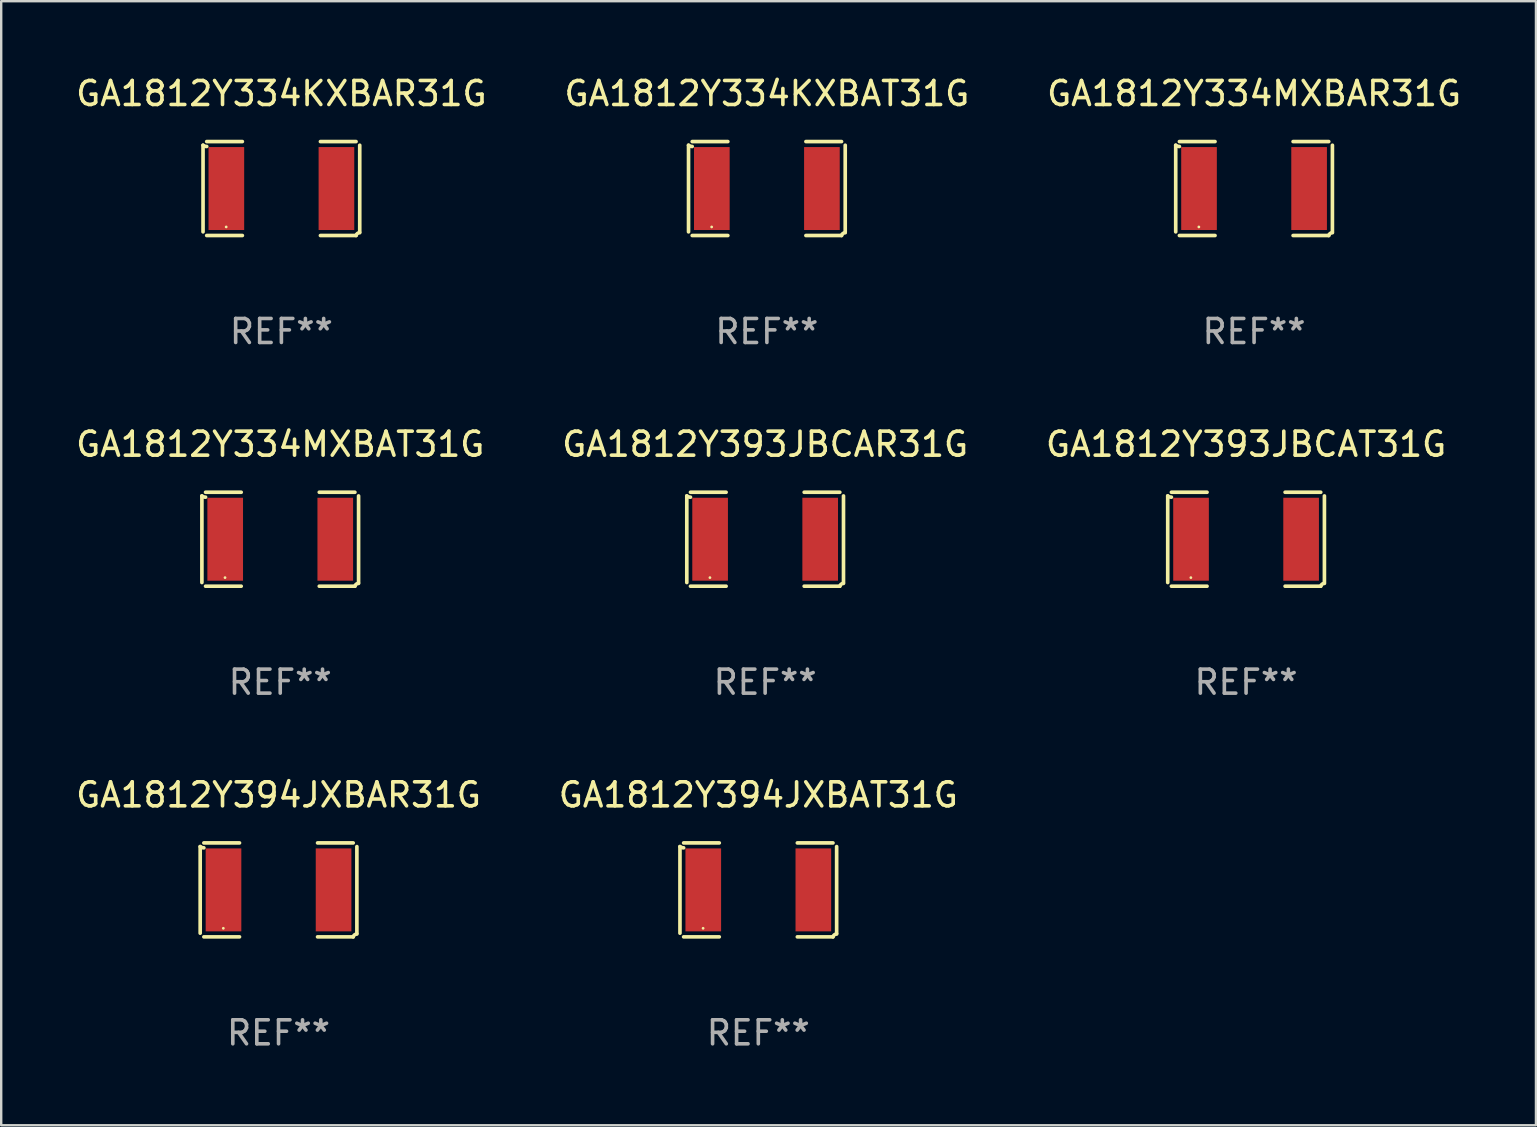
<source format=kicad_pcb>
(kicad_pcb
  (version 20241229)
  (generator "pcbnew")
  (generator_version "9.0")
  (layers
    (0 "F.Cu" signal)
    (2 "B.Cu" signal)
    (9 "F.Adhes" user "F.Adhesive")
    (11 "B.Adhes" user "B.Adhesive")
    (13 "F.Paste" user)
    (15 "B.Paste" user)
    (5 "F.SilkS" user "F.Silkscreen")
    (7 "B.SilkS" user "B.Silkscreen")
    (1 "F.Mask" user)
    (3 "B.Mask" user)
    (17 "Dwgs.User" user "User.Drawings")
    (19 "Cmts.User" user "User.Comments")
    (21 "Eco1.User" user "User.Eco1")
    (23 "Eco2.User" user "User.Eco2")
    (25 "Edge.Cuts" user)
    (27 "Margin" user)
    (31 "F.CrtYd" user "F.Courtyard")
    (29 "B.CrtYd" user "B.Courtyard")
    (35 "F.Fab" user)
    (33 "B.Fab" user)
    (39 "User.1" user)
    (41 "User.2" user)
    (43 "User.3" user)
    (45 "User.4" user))
  (footprint "GA1812Y394JXBAR31G"
    (layer "F.Cu")
    (at 8.554 34.024)
    (property "Reference" "GA1812Y394JXBAR31G" (at 0 -3.957 0) (layer "F.SilkS") (effects (font (size 1 1) (thickness 0.15))))
    (attr through_hole)
    (fp_line (start -3.264 1.804) (end -3.264 -1.804) (stroke (width 0.152) (type solid)) (layer "F.SilkS"))
    (fp_line (start -3.111 -1.957) (end -1.626 -1.957) (stroke (width 0.152) (type solid)) (layer "F.SilkS"))
    (fp_line (start -1.626 1.957) (end -3.111 1.957) (stroke (width 0.152) (type solid)) (layer "F.SilkS"))
    (fp_line (start 1.626 1.957) (end 3.111 1.957) (stroke (width 0.152) (type solid)) (layer "F.SilkS"))
    (fp_line (start 3.111 -1.957) (end 1.626 -1.957) (stroke (width 0.152) (type solid)) (layer "F.SilkS"))
    (fp_line (start 3.264 1.804) (end 3.264 -1.804) (stroke (width 0.152) (type solid)) (layer "F.SilkS"))
    (fp_arc (start -3.111202 -1.752192) (mid -3.191715 -1.76555) (end -3.263602 -1.804191) (stroke (width 0.1524) (type solid)) (layer "F.SilkS"))
    (fp_arc (start 3.111201 1.956591) (mid 3.167789 1.872777) (end 3.263602 1.840424) (stroke (width 0.1524) (type solid)) (layer "F.SilkS"))
    (fp_circle (center -2.3 1.6) (end -2.27 1.6) (stroke (width 0.06) (type solid)) (fill no) (layer "F.SilkS"))
    (fp_text user "REF**" (at 0 5.957 0) (layer "F.Fab") (effects (font (size 1 1) (thickness 0.15))))
    (pad "1" smd rect (at -2.293 0) (size 1.485 3.456) (layers "F.Cu" "F.Mask" "F.Paste"))
    (pad "2" smd rect (at 2.293 0) (size 1.485 3.456) (layers "F.Cu" "F.Mask" "F.Paste")))
  (footprint "GA1812Y334MXBAT31G"
    (layer "F.Cu")
    (at 8.625 19.415)
    (property "Reference" "GA1812Y334MXBAT31G" (at 0 -3.957 0) (layer "F.SilkS") (effects (font (size 1 1) (thickness 0.15))))
    (attr through_hole)
    (fp_line (start -3.264 1.804) (end -3.264 -1.804) (stroke (width 0.152) (type solid)) (layer "F.SilkS"))
    (fp_line (start -3.111 -1.957) (end -1.626 -1.957) (stroke (width 0.152) (type solid)) (layer "F.SilkS"))
    (fp_line (start -1.626 1.957) (end -3.111 1.957) (stroke (width 0.152) (type solid)) (layer "F.SilkS"))
    (fp_line (start 1.626 1.957) (end 3.111 1.957) (stroke (width 0.152) (type solid)) (layer "F.SilkS"))
    (fp_line (start 3.111 -1.957) (end 1.626 -1.957) (stroke (width 0.152) (type solid)) (layer "F.SilkS"))
    (fp_line (start 3.264 1.804) (end 3.264 -1.804) (stroke (width 0.152) (type solid)) (layer "F.SilkS"))
    (fp_arc (start -3.111202 -1.752192) (mid -3.191715 -1.76555) (end -3.263602 -1.804191) (stroke (width 0.1524) (type solid)) (layer "F.SilkS"))
    (fp_arc (start 3.111201 1.956591) (mid 3.167789 1.872777) (end 3.263602 1.840424) (stroke (width 0.1524) (type solid)) (layer "F.SilkS"))
    (fp_circle (center -2.3 1.6) (end -2.27 1.6) (stroke (width 0.06) (type solid)) (fill no) (layer "F.SilkS"))
    (fp_text user "REF**" (at 0 5.957 0) (layer "F.Fab") (effects (font (size 1 1) (thickness 0.15))))
    (pad "1" smd rect (at -2.293 0) (size 1.485 3.456) (layers "F.Cu" "F.Mask" "F.Paste"))
    (pad "2" smd rect (at 2.293 0) (size 1.485 3.456) (layers "F.Cu" "F.Mask" "F.Paste")))
  (footprint "GA1812Y394JXBAT31G"
    (layer "F.Cu")
    (at 28.542 34.024)
    (property "Reference" "GA1812Y394JXBAT31G" (at 0 -3.957 0) (layer "F.SilkS") (effects (font (size 1 1) (thickness 0.15))))
    (attr through_hole)
    (fp_line (start -3.264 1.804) (end -3.264 -1.804) (stroke (width 0.152) (type solid)) (layer "F.SilkS"))
    (fp_line (start -3.111 -1.957) (end -1.626 -1.957) (stroke (width 0.152) (type solid)) (layer "F.SilkS"))
    (fp_line (start -1.626 1.957) (end -3.111 1.957) (stroke (width 0.152) (type solid)) (layer "F.SilkS"))
    (fp_line (start 1.626 1.957) (end 3.111 1.957) (stroke (width 0.152) (type solid)) (layer "F.SilkS"))
    (fp_line (start 3.111 -1.957) (end 1.626 -1.957) (stroke (width 0.152) (type solid)) (layer "F.SilkS"))
    (fp_line (start 3.264 1.804) (end 3.264 -1.804) (stroke (width 0.152) (type solid)) (layer "F.SilkS"))
    (fp_arc (start -3.111202 -1.752192) (mid -3.191715 -1.76555) (end -3.263602 -1.804191) (stroke (width 0.1524) (type solid)) (layer "F.SilkS"))
    (fp_arc (start 3.111201 1.956591) (mid 3.167789 1.872777) (end 3.263602 1.840424) (stroke (width 0.1524) (type solid)) (layer "F.SilkS"))
    (fp_circle (center -2.3 1.6) (end -2.27 1.6) (stroke (width 0.06) (type solid)) (fill no) (layer "F.SilkS"))
    (fp_text user "REF**" (at 0 5.957 0) (layer "F.Fab") (effects (font (size 1 1) (thickness 0.15))))
    (pad "1" smd rect (at -2.293 0) (size 1.485 3.456) (layers "F.Cu" "F.Mask" "F.Paste"))
    (pad "2" smd rect (at 2.293 0) (size 1.485 3.456) (layers "F.Cu" "F.Mask" "F.Paste")))
  (footprint "GA1812Y334MXBAR31G"
    (layer "F.Cu")
    (at 49.196 4.805)
    (property "Reference" "GA1812Y334MXBAR31G" (at 0 -3.957 0) (layer "F.SilkS") (effects (font (size 1 1) (thickness 0.15))))
    (attr through_hole)
    (fp_line (start -3.264 1.804) (end -3.264 -1.804) (stroke (width 0.152) (type solid)) (layer "F.SilkS"))
    (fp_line (start -3.111 -1.957) (end -1.626 -1.957) (stroke (width 0.152) (type solid)) (layer "F.SilkS"))
    (fp_line (start -1.626 1.957) (end -3.111 1.957) (stroke (width 0.152) (type solid)) (layer "F.SilkS"))
    (fp_line (start 1.626 1.957) (end 3.111 1.957) (stroke (width 0.152) (type solid)) (layer "F.SilkS"))
    (fp_line (start 3.111 -1.957) (end 1.626 -1.957) (stroke (width 0.152) (type solid)) (layer "F.SilkS"))
    (fp_line (start 3.264 1.804) (end 3.264 -1.804) (stroke (width 0.152) (type solid)) (layer "F.SilkS"))
    (fp_arc (start -3.111202 -1.752192) (mid -3.191715 -1.76555) (end -3.263602 -1.804191) (stroke (width 0.1524) (type solid)) (layer "F.SilkS"))
    (fp_arc (start 3.111201 1.956591) (mid 3.167789 1.872777) (end 3.263602 1.840424) (stroke (width 0.1524) (type solid)) (layer "F.SilkS"))
    (fp_circle (center -2.3 1.6) (end -2.27 1.6) (stroke (width 0.06) (type solid)) (fill no) (layer "F.SilkS"))
    (fp_text user "REF**" (at 0 5.957 0) (layer "F.Fab") (effects (font (size 1 1) (thickness 0.15))))
    (pad "1" smd rect (at -2.293 0) (size 1.485 3.456) (layers "F.Cu" "F.Mask" "F.Paste"))
    (pad "2" smd rect (at 2.293 0) (size 1.485 3.456) (layers "F.Cu" "F.Mask" "F.Paste")))
  (footprint "GA1812Y393JBCAR31G"
    (layer "F.Cu")
    (at 28.827 19.415)
    (property "Reference" "GA1812Y393JBCAR31G" (at 0 -3.957 0) (layer "F.SilkS") (effects (font (size 1 1) (thickness 0.15))))
    (attr through_hole)
    (fp_line (start -3.264 1.804) (end -3.264 -1.804) (stroke (width 0.152) (type solid)) (layer "F.SilkS"))
    (fp_line (start -3.111 -1.957) (end -1.626 -1.957) (stroke (width 0.152) (type solid)) (layer "F.SilkS"))
    (fp_line (start -1.626 1.957) (end -3.111 1.957) (stroke (width 0.152) (type solid)) (layer "F.SilkS"))
    (fp_line (start 1.626 1.957) (end 3.111 1.957) (stroke (width 0.152) (type solid)) (layer "F.SilkS"))
    (fp_line (start 3.111 -1.957) (end 1.626 -1.957) (stroke (width 0.152) (type solid)) (layer "F.SilkS"))
    (fp_line (start 3.264 1.804) (end 3.264 -1.804) (stroke (width 0.152) (type solid)) (layer "F.SilkS"))
    (fp_arc (start -3.111202 -1.752192) (mid -3.191715 -1.76555) (end -3.263602 -1.804191) (stroke (width 0.1524) (type solid)) (layer "F.SilkS"))
    (fp_arc (start 3.111201 1.956591) (mid 3.167789 1.872777) (end 3.263602 1.840424) (stroke (width 0.1524) (type solid)) (layer "F.SilkS"))
    (fp_circle (center -2.3 1.6) (end -2.27 1.6) (stroke (width 0.06) (type solid)) (fill no) (layer "F.SilkS"))
    (fp_text user "REF**" (at 0 5.957 0) (layer "F.Fab") (effects (font (size 1 1) (thickness 0.15))))
    (pad "1" smd rect (at -2.293 0) (size 1.485 3.456) (layers "F.Cu" "F.Mask" "F.Paste"))
    (pad "2" smd rect (at 2.293 0) (size 1.485 3.456) (layers "F.Cu" "F.Mask" "F.Paste")))
  (footprint "GA1812Y393JBCAT31G"
    (layer "F.Cu")
    (at 48.863 19.415)
    (property "Reference" "GA1812Y393JBCAT31G" (at 0 -3.957 0) (layer "F.SilkS") (effects (font (size 1 1) (thickness 0.15))))
    (attr through_hole)
    (fp_line (start -3.264 1.804) (end -3.264 -1.804) (stroke (width 0.152) (type solid)) (layer "F.SilkS"))
    (fp_line (start -3.111 -1.957) (end -1.626 -1.957) (stroke (width 0.152) (type solid)) (layer "F.SilkS"))
    (fp_line (start -1.626 1.957) (end -3.111 1.957) (stroke (width 0.152) (type solid)) (layer "F.SilkS"))
    (fp_line (start 1.626 1.957) (end 3.111 1.957) (stroke (width 0.152) (type solid)) (layer "F.SilkS"))
    (fp_line (start 3.111 -1.957) (end 1.626 -1.957) (stroke (width 0.152) (type solid)) (layer "F.SilkS"))
    (fp_line (start 3.264 1.804) (end 3.264 -1.804) (stroke (width 0.152) (type solid)) (layer "F.SilkS"))
    (fp_arc (start -3.111202 -1.752192) (mid -3.191715 -1.76555) (end -3.263602 -1.804191) (stroke (width 0.1524) (type solid)) (layer "F.SilkS"))
    (fp_arc (start 3.111201 1.956591) (mid 3.167789 1.872777) (end 3.263602 1.840424) (stroke (width 0.1524) (type solid)) (layer "F.SilkS"))
    (fp_circle (center -2.3 1.6) (end -2.27 1.6) (stroke (width 0.06) (type solid)) (fill no) (layer "F.SilkS"))
    (fp_text user "REF**" (at 0 5.957 0) (layer "F.Fab") (effects (font (size 1 1) (thickness 0.15))))
    (pad "1" smd rect (at -2.293 0) (size 1.485 3.456) (layers "F.Cu" "F.Mask" "F.Paste"))
    (pad "2" smd rect (at 2.293 0) (size 1.485 3.456) (layers "F.Cu" "F.Mask" "F.Paste")))
  (footprint "GA1812Y334KXBAR31G"
    (layer "F.Cu")
    (at 8.673 4.805)
    (property "Reference" "GA1812Y334KXBAR31G" (at 0 -3.957 0) (layer "F.SilkS") (effects (font (size 1 1) (thickness 0.15))))
    (attr through_hole)
    (fp_line (start -3.264 1.804) (end -3.264 -1.804) (stroke (width 0.152) (type solid)) (layer "F.SilkS"))
    (fp_line (start -3.111 -1.957) (end -1.626 -1.957) (stroke (width 0.152) (type solid)) (layer "F.SilkS"))
    (fp_line (start -1.626 1.957) (end -3.111 1.957) (stroke (width 0.152) (type solid)) (layer "F.SilkS"))
    (fp_line (start 1.626 1.957) (end 3.111 1.957) (stroke (width 0.152) (type solid)) (layer "F.SilkS"))
    (fp_line (start 3.111 -1.957) (end 1.626 -1.957) (stroke (width 0.152) (type solid)) (layer "F.SilkS"))
    (fp_line (start 3.264 1.804) (end 3.264 -1.804) (stroke (width 0.152) (type solid)) (layer "F.SilkS"))
    (fp_arc (start -3.111202 -1.752192) (mid -3.191715 -1.76555) (end -3.263602 -1.804191) (stroke (width 0.1524) (type solid)) (layer "F.SilkS"))
    (fp_arc (start 3.111201 1.956591) (mid 3.167789 1.872777) (end 3.263602 1.840424) (stroke (width 0.1524) (type solid)) (layer "F.SilkS"))
    (fp_circle (center -2.3 1.6) (end -2.27 1.6) (stroke (width 0.06) (type solid)) (fill no) (layer "F.SilkS"))
    (fp_text user "REF**" (at 0 5.957 0) (layer "F.Fab") (effects (font (size 1 1) (thickness 0.15))))
    (pad "1" smd rect (at -2.293 0) (size 1.485 3.456) (layers "F.Cu" "F.Mask" "F.Paste"))
    (pad "2" smd rect (at 2.293 0) (size 1.485 3.456) (layers "F.Cu" "F.Mask" "F.Paste")))
  (footprint "GA1812Y334KXBAT31G"
    (layer "F.Cu")
    (at 28.899 4.805)
    (property "Reference" "GA1812Y334KXBAT31G" (at 0 -3.957 0) (layer "F.SilkS") (effects (font (size 1 1) (thickness 0.15))))
    (attr through_hole)
    (fp_line (start -3.264 1.804) (end -3.264 -1.804) (stroke (width 0.152) (type solid)) (layer "F.SilkS"))
    (fp_line (start -3.111 -1.957) (end -1.626 -1.957) (stroke (width 0.152) (type solid)) (layer "F.SilkS"))
    (fp_line (start -1.626 1.957) (end -3.111 1.957) (stroke (width 0.152) (type solid)) (layer "F.SilkS"))
    (fp_line (start 1.626 1.957) (end 3.111 1.957) (stroke (width 0.152) (type solid)) (layer "F.SilkS"))
    (fp_line (start 3.111 -1.957) (end 1.626 -1.957) (stroke (width 0.152) (type solid)) (layer "F.SilkS"))
    (fp_line (start 3.264 1.804) (end 3.264 -1.804) (stroke (width 0.152) (type solid)) (layer "F.SilkS"))
    (fp_arc (start -3.111202 -1.752192) (mid -3.191715 -1.76555) (end -3.263602 -1.804191) (stroke (width 0.1524) (type solid)) (layer "F.SilkS"))
    (fp_arc (start 3.111201 1.956591) (mid 3.167789 1.872777) (end 3.263602 1.840424) (stroke (width 0.1524) (type solid)) (layer "F.SilkS"))
    (fp_circle (center -2.3 1.6) (end -2.27 1.6) (stroke (width 0.06) (type solid)) (fill no) (layer "F.SilkS"))
    (fp_text user "REF**" (at 0 5.957 0) (layer "F.Fab") (effects (font (size 1 1) (thickness 0.15))))
    (pad "1" smd rect (at -2.293 0) (size 1.485 3.456) (layers "F.Cu" "F.Mask" "F.Paste"))
    (pad "2" smd rect (at 2.293 0) (size 1.485 3.456) (layers "F.Cu" "F.Mask" "F.Paste")))
  (gr_rect
    (start -3 -3)
    (end 60.94 43.829)
    (stroke (width 0.1) (type default))
    (fill no)
    (layer "Edge.Cuts")))
</source>
